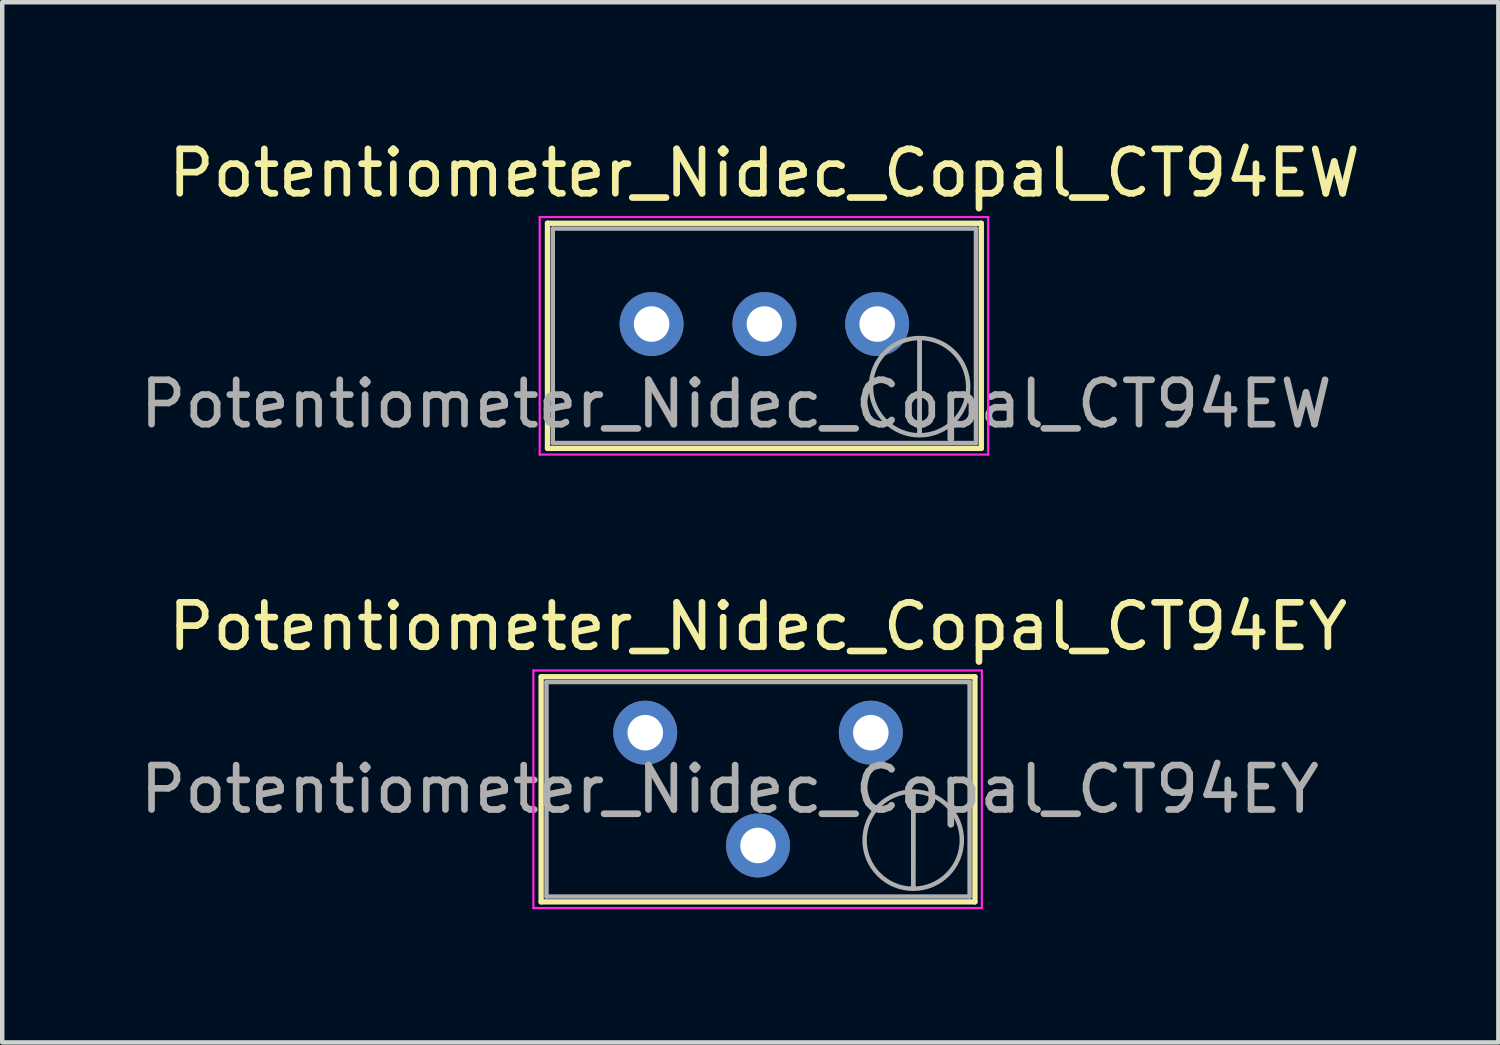
<source format=kicad_pcb>
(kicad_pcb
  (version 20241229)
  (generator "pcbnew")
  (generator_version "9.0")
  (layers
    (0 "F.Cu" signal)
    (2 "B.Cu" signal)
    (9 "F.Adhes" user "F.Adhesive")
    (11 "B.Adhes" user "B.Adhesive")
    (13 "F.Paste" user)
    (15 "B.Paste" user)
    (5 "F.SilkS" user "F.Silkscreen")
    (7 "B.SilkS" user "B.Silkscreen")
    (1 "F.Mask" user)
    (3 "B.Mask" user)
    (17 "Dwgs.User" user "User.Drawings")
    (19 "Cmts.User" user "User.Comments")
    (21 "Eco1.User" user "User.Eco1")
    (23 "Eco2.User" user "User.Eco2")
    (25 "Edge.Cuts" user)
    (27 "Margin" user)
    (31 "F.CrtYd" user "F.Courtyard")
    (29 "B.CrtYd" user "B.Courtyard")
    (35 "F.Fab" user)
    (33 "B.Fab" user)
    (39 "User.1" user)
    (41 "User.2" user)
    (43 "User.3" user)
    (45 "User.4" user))
  (footprint "Potentiometer_Nidec_Copal_CT94EY"
    (layer "F.Cu")
    (at 16.562 13.451)
    (property "Reference" "Potentiometer_Nidec_Copal_CT94EY" (at -2.54 -2.39 0) (layer "F.SilkS") (effects (font (size 1 1) (thickness 0.15))))
    (attr through_hole)
    (fp_line (start -7.425 -1.26) (end -7.425 3.81) (stroke (width 0.12) (type solid)) (layer "F.SilkS"))
    (fp_line (start -7.425 -1.26) (end 2.345 -1.26) (stroke (width 0.12) (type solid)) (layer "F.SilkS"))
    (fp_line (start -7.425 3.81) (end 2.345 3.81) (stroke (width 0.12) (type solid)) (layer "F.SilkS"))
    (fp_line (start 2.345 -1.26) (end 2.345 3.81) (stroke (width 0.12) (type solid)) (layer "F.SilkS"))
    (fp_line (start -7.6 -1.4) (end -7.6 3.95) (stroke (width 0.05) (type solid)) (layer "F.CrtYd"))
    (fp_line (start -7.6 3.95) (end 2.5 3.95) (stroke (width 0.05) (type solid)) (layer "F.CrtYd"))
    (fp_line (start 2.5 -1.4) (end -7.6 -1.4) (stroke (width 0.05) (type solid)) (layer "F.CrtYd"))
    (fp_line (start 2.5 3.95) (end 2.5 -1.4) (stroke (width 0.05) (type solid)) (layer "F.CrtYd"))
    (fp_line (start -7.305 -1.14) (end -7.305 3.69) (stroke (width 0.1) (type solid)) (layer "F.Fab"))
    (fp_line (start -7.305 3.69) (end 2.225 3.69) (stroke (width 0.1) (type solid)) (layer "F.Fab"))
    (fp_line (start 0.955 3.505) (end 0.956 1.336) (stroke (width 0.1) (type solid)) (layer "F.Fab"))
    (fp_line (start 0.955 3.505) (end 0.956 1.336) (stroke (width 0.1) (type solid)) (layer "F.Fab"))
    (fp_line (start 2.225 -1.14) (end -7.305 -1.14) (stroke (width 0.1) (type solid)) (layer "F.Fab"))
    (fp_line (start 2.225 3.69) (end 2.225 -1.14) (stroke (width 0.1) (type solid)) (layer "F.Fab"))
    (fp_circle (center 0.955 2.42) (end 2.05 2.42) (stroke (width 0.1) (type solid)) (fill no) (layer "F.Fab"))
    (fp_text user "${REFERENCE}" (at -3.175 1.275 0) (layer "F.Fab") (effects (font (size 1 1) (thickness 0.15))))
    (pad "1" thru_hole circle (at 0 0) (size 1.44 1.44) (drill 0.8) (layers "*.Cu" "*.Mask"))
    (pad "2" thru_hole circle (at -2.54 2.54) (size 1.44 1.44) (drill 0.8) (layers "*.Cu" "*.Mask"))
    (pad "3" thru_hole circle (at -5.08 0) (size 1.44 1.44) (drill 0.8) (layers "*.Cu" "*.Mask")))
  (footprint "Potentiometer_Nidec_Copal_CT94EW"
    (layer "F.Cu")
    (at 9.105 1.948)
    (property "Reference" "Potentiometer_Nidec_Copal_CT94EW" (at 5.06 -1.1 0) (layer "F.SilkS") (effects (font (size 1 1) (thickness 0.15))))
    (attr through_hole)
    (fp_line (start 0.175 0.03) (end 0.175 5.1) (stroke (width 0.12) (type solid)) (layer "F.SilkS"))
    (fp_line (start 0.175 0.03) (end 9.945 0.03) (stroke (width 0.12) (type solid)) (layer "F.SilkS"))
    (fp_line (start 0.175 5.1) (end 9.945 5.1) (stroke (width 0.12) (type solid)) (layer "F.SilkS"))
    (fp_line (start 9.945 0.03) (end 9.945 5.1) (stroke (width 0.12) (type solid)) (layer "F.SilkS"))
    (fp_line (start 0 -0.11) (end 0 5.24) (stroke (width 0.05) (type solid)) (layer "F.CrtYd"))
    (fp_line (start 0 5.24) (end 10.1 5.24) (stroke (width 0.05) (type solid)) (layer "F.CrtYd"))
    (fp_line (start 10.1 -0.11) (end 0 -0.11) (stroke (width 0.05) (type solid)) (layer "F.CrtYd"))
    (fp_line (start 10.1 5.24) (end 10.1 -0.11) (stroke (width 0.05) (type solid)) (layer "F.CrtYd"))
    (fp_line (start 0.295 0.15) (end 0.295 4.98) (stroke (width 0.1) (type solid)) (layer "F.Fab"))
    (fp_line (start 0.295 4.98) (end 9.825 4.98) (stroke (width 0.1) (type solid)) (layer "F.Fab"))
    (fp_line (start 8.555 4.795) (end 8.556 2.626) (stroke (width 0.1) (type solid)) (layer "F.Fab"))
    (fp_line (start 8.555 4.795) (end 8.556 2.626) (stroke (width 0.1) (type solid)) (layer "F.Fab"))
    (fp_line (start 9.825 0.15) (end 0.295 0.15) (stroke (width 0.1) (type solid)) (layer "F.Fab"))
    (fp_line (start 9.825 4.98) (end 9.825 0.15) (stroke (width 0.1) (type solid)) (layer "F.Fab"))
    (fp_circle (center 8.555 3.71) (end 9.65 3.71) (stroke (width 0.1) (type solid)) (fill no) (layer "F.Fab"))
    (fp_text user "${REFERENCE}" (at 4.425 4.1 0) (layer "F.Fab") (effects (font (size 1 1) (thickness 0.15))))
    (pad "1" thru_hole circle (at 7.6 2.3) (size 1.44 1.44) (drill 0.8) (layers "*.Cu" "*.Mask"))
    (pad "2" thru_hole circle (at 5.06 2.3) (size 1.44 1.44) (drill 0.8) (layers "*.Cu" "*.Mask"))
    (pad "3" thru_hole circle (at 2.52 2.3) (size 1.44 1.44) (drill 0.8) (layers "*.Cu" "*.Mask")))
  (gr_rect
    (start -3 -3)
    (end 30.695 20.427)
    (stroke (width 0.1) (type default))
    (fill no)
    (layer "Edge.Cuts")))
</source>
